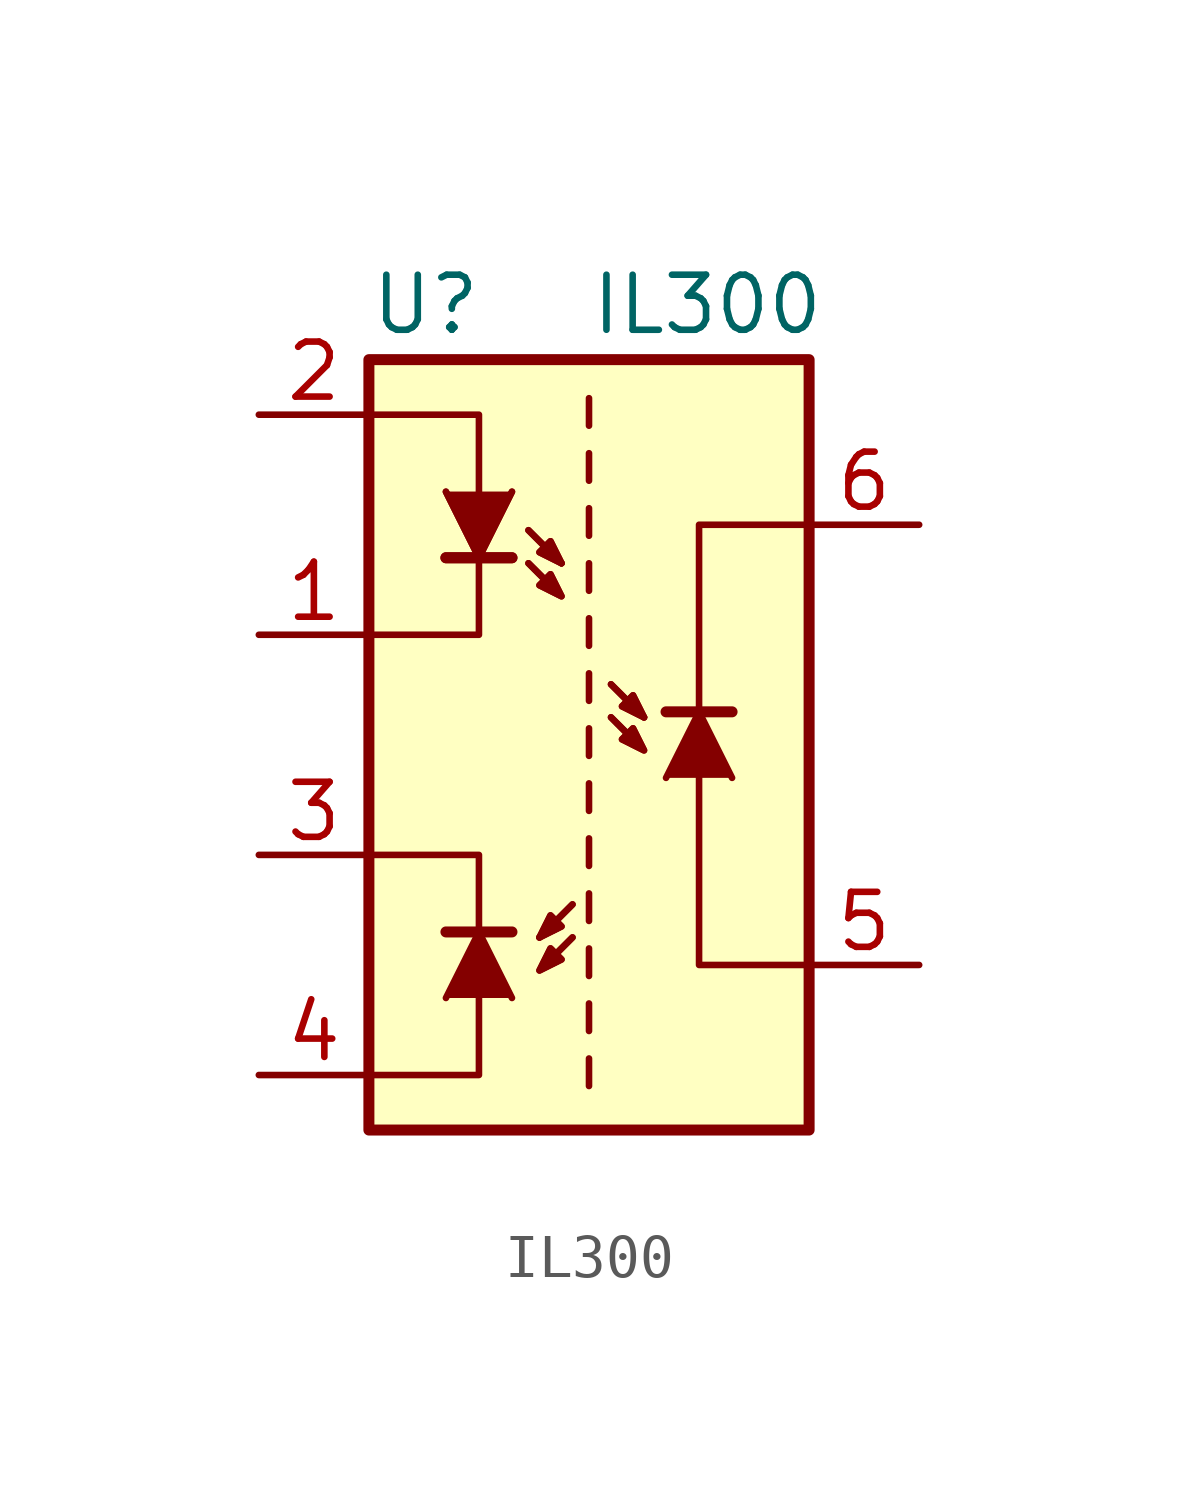
<source format=kicad_sym>
(kicad_symbol_lib
  (version 20200908)
  (generator kicad_symbol_editor)
  (symbol "Isolator_Analog:IL300"
    (pin_names
      (offset 1.016))
    (property "Reference" "U"
      (at -5.08 10.16 0)
      (effects (font (size 1.27 1.27)) (justify left)))
    (property "Value" "IL300"
      (at 0 10.16 0)
      (effects (font (size 1.27 1.27)) (justify left)))
    (symbol "IL300_0_1"
      (rectangle (start -5.08 8.89) (end 5.08 -8.89) (stroke (width 0.254)) (fill (type background)))
      (polyline (pts (xy -3.302 -4.318) (xy -1.778 -4.318)) (stroke (width 0.254)) (fill (type none)))
      (polyline (pts (xy -1.778 4.318) (xy -3.302 4.318)) (stroke (width 0.254)) (fill (type none)))
      (polyline (pts (xy -1.778 4.318) (xy -3.302 4.318)) (stroke (width 0.254)) (fill (type none)))
      (polyline (pts (xy 0 -7.239) (xy 0 -7.874)) (stroke (width 0)) (fill (type none)))
      (polyline (pts (xy 0 -5.969) (xy 0 -6.604)) (stroke (width 0)) (fill (type none)))
      (polyline (pts (xy 0 -4.699) (xy 0 -5.334)) (stroke (width 0)) (fill (type none)))
      (polyline (pts (xy 0 -3.429) (xy 0 -4.064)) (stroke (width 0)) (fill (type none)))
      (polyline (pts (xy 0 -2.159) (xy 0 -2.794)) (stroke (width 0)) (fill (type none)))
      (polyline (pts (xy 0 -0.889) (xy 0 -1.524)) (stroke (width 0)) (fill (type none)))
      (polyline (pts (xy 0 0.381) (xy 0 -0.254)) (stroke (width 0)) (fill (type none)))
      (polyline (pts (xy 0 1.651) (xy 0 1.016)) (stroke (width 0)) (fill (type none)))
      (polyline (pts (xy 0 2.921) (xy 0 2.286)) (stroke (width 0)) (fill (type none)))
      (polyline (pts (xy 0 4.191) (xy 0 3.556)) (stroke (width 0)) (fill (type none)))
      (polyline (pts (xy 0 5.461) (xy 0 4.826)) (stroke (width 0)) (fill (type none)))
      (polyline (pts (xy 0 6.731) (xy 0 6.096)) (stroke (width 0)) (fill (type none)))
      (polyline (pts (xy 0 8.001) (xy 0 7.366)) (stroke (width 0)) (fill (type none)))
      (polyline (pts (xy 1.778 0.762) (xy 3.302 0.762)) (stroke (width 0.254)) (fill (type none)))
      (polyline (pts (xy -3.302 -5.842) (xy -2.54 -4.318) (xy -1.778 -5.842)) (stroke (width 0)) (fill (type outline)))
      (polyline (pts (xy -1.778 5.842) (xy -2.54 4.318) (xy -3.302 5.842)) (stroke (width 0)) (fill (type outline)))
      (polyline (pts (xy -1.778 5.842) (xy -2.54 4.318) (xy -3.302 5.842)) (stroke (width 0)) (fill (type outline)))
      (polyline (pts (xy -1.397 4.953) (xy -0.635 4.191) (xy -0.635 4.191)) (stroke (width 0)) (fill (type none)))
      (polyline (pts (xy -1.397 4.953) (xy -0.635 4.191) (xy -0.635 4.191)) (stroke (width 0)) (fill (type none)))
      (polyline (pts (xy -0.381 -3.683) (xy -1.143 -4.445) (xy -1.143 -4.445)) (stroke (width 0)) (fill (type none)))
      (polyline (pts (xy -0.381 -3.683) (xy -1.143 -4.445) (xy -1.143 -4.445)) (stroke (width 0)) (fill (type none)))
      (polyline (pts (xy 0.508 1.397) (xy 1.27 0.635) (xy 1.27 0.635)) (stroke (width 0)) (fill (type none)))
      (polyline (pts (xy 0.508 1.397) (xy 1.27 0.635) (xy 1.27 0.635)) (stroke (width 0)) (fill (type none)))
      (polyline (pts (xy 1.778 -0.762) (xy 2.54 0.762) (xy 3.302 -0.762)) (stroke (width 0)) (fill (type outline)))
      (polyline (pts (xy -5.08 -2.54) (xy -2.54 -2.54) (xy -2.54 -7.62) (xy -5.08 -7.62)) (stroke (width 0)) (fill (type none)))
      (polyline (pts (xy -5.08 7.62) (xy -2.54 7.62) (xy -2.54 2.54) (xy -5.08 2.54)) (stroke (width 0)) (fill (type none)))
      (polyline (pts (xy 5.08 5.08) (xy 2.54 5.08) (xy 2.54 -5.08) (xy 5.08 -5.08)) (stroke (width 0)) (fill (type none)))
      (polyline (pts (xy -1.143 -4.445) (xy -0.889 -3.937) (xy -0.635 -4.191) (xy -1.143 -4.445) (xy -1.143 -4.445)) (stroke (width 0)) (fill (type none)))
      (polyline (pts (xy -1.143 -4.445) (xy -0.889 -3.937) (xy -0.635 -4.191) (xy -1.143 -4.445) (xy -1.143 -4.445)) (stroke (width 0)) (fill (type none)))
      (polyline (pts (xy -0.635 4.191) (xy -0.889 4.699) (xy -1.143 4.445) (xy -0.635 4.191) (xy -0.635 4.191)) (stroke (width 0)) (fill (type none)))
      (polyline (pts (xy -0.635 4.191) (xy -0.889 4.699) (xy -1.143 4.445) (xy -0.635 4.191) (xy -0.635 4.191)) (stroke (width 0)) (fill (type none)))
      (polyline (pts (xy 1.27 0.635) (xy 1.016 1.143) (xy 0.762 0.889) (xy 1.27 0.635) (xy 1.27 0.635)) (stroke (width 0)) (fill (type none)))
      (polyline (pts (xy 1.27 0.635) (xy 1.016 1.143) (xy 0.762 0.889) (xy 1.27 0.635) (xy 1.27 0.635)) (stroke (width 0)) (fill (type none)))
      (polyline (pts (xy -1.397 4.191) (xy -0.635 3.429) (xy -0.889 3.937) (xy -1.143 3.683) (xy -0.635 3.429) (xy -0.635 3.429)) (stroke (width 0)) (fill (type none)))
      (polyline (pts (xy -1.397 4.191) (xy -0.635 3.429) (xy -0.889 3.937) (xy -1.143 3.683) (xy -0.635 3.429) (xy -0.635 3.429)) (stroke (width 0)) (fill (type none)))
      (polyline (pts (xy -0.381 -4.445) (xy -1.143 -5.207) (xy -0.889 -4.699) (xy -0.635 -4.953) (xy -1.143 -5.207) (xy -1.143 -5.207)) (stroke (width 0)) (fill (type none)))
      (polyline (pts (xy -0.381 -4.445) (xy -1.143 -5.207) (xy -0.889 -4.699) (xy -0.635 -4.953) (xy -1.143 -5.207) (xy -1.143 -5.207)) (stroke (width 0)) (fill (type none)))
      (polyline (pts (xy 0.508 0.635) (xy 1.27 -0.127) (xy 1.016 0.381) (xy 0.762 0.127) (xy 1.27 -0.127) (xy 1.27 -0.127)) (stroke (width 0)) (fill (type none)))
      (polyline (pts (xy 0.508 0.635) (xy 1.27 -0.127) (xy 1.016 0.381) (xy 0.762 0.127) (xy 1.27 -0.127) (xy 1.27 -0.127)) (stroke (width 0)) (fill (type none))))
    (symbol "IL300_1_1"
      (pin passive line (at -7.62 2.54 0) (length 2.54) (name "~" (effects (font (size 1.27 1.27)))) (number "1" (effects (font (size 1.27 1.27)))))
      (pin passive line (at -7.62 7.62 0) (length 2.54) (name "~" (effects (font (size 1.27 1.27)))) (number "2" (effects (font (size 1.27 1.27)))))
      (pin passive line (at -7.62 -2.54 0) (length 2.54) (name "~" (effects (font (size 1.27 1.27)))) (number "3" (effects (font (size 1.27 1.27)))))
      (pin passive line (at -7.62 -7.62 0) (length 2.54) (name "~" (effects (font (size 1.27 1.27)))) (number "4" (effects (font (size 1.27 1.27)))))
      (pin passive line (at 7.62 -5.08 180) (length 2.54) (name "~" (effects (font (size 1.27 1.27)))) (number "5" (effects (font (size 1.27 1.27)))))
      (pin passive line (at 7.62 5.08 180) (length 2.54) (name "~" (effects (font (size 1.27 1.27)))) (number "6" (effects (font (size 1.27 1.27)))))
      (pin unconnected line (at 7.62 2.54 180) (length 2.54) hide (name "NC" (effects (font (size 1.27 1.27)))) (number "7" (effects (font (size 1.27 1.27)))))
      (pin unconnected line (at 7.62 0 180) (length 2.54) hide (name "NC" (effects (font (size 1.27 1.27)))) (number "8" (effects (font (size 1.27 1.27))))))))
</source>
